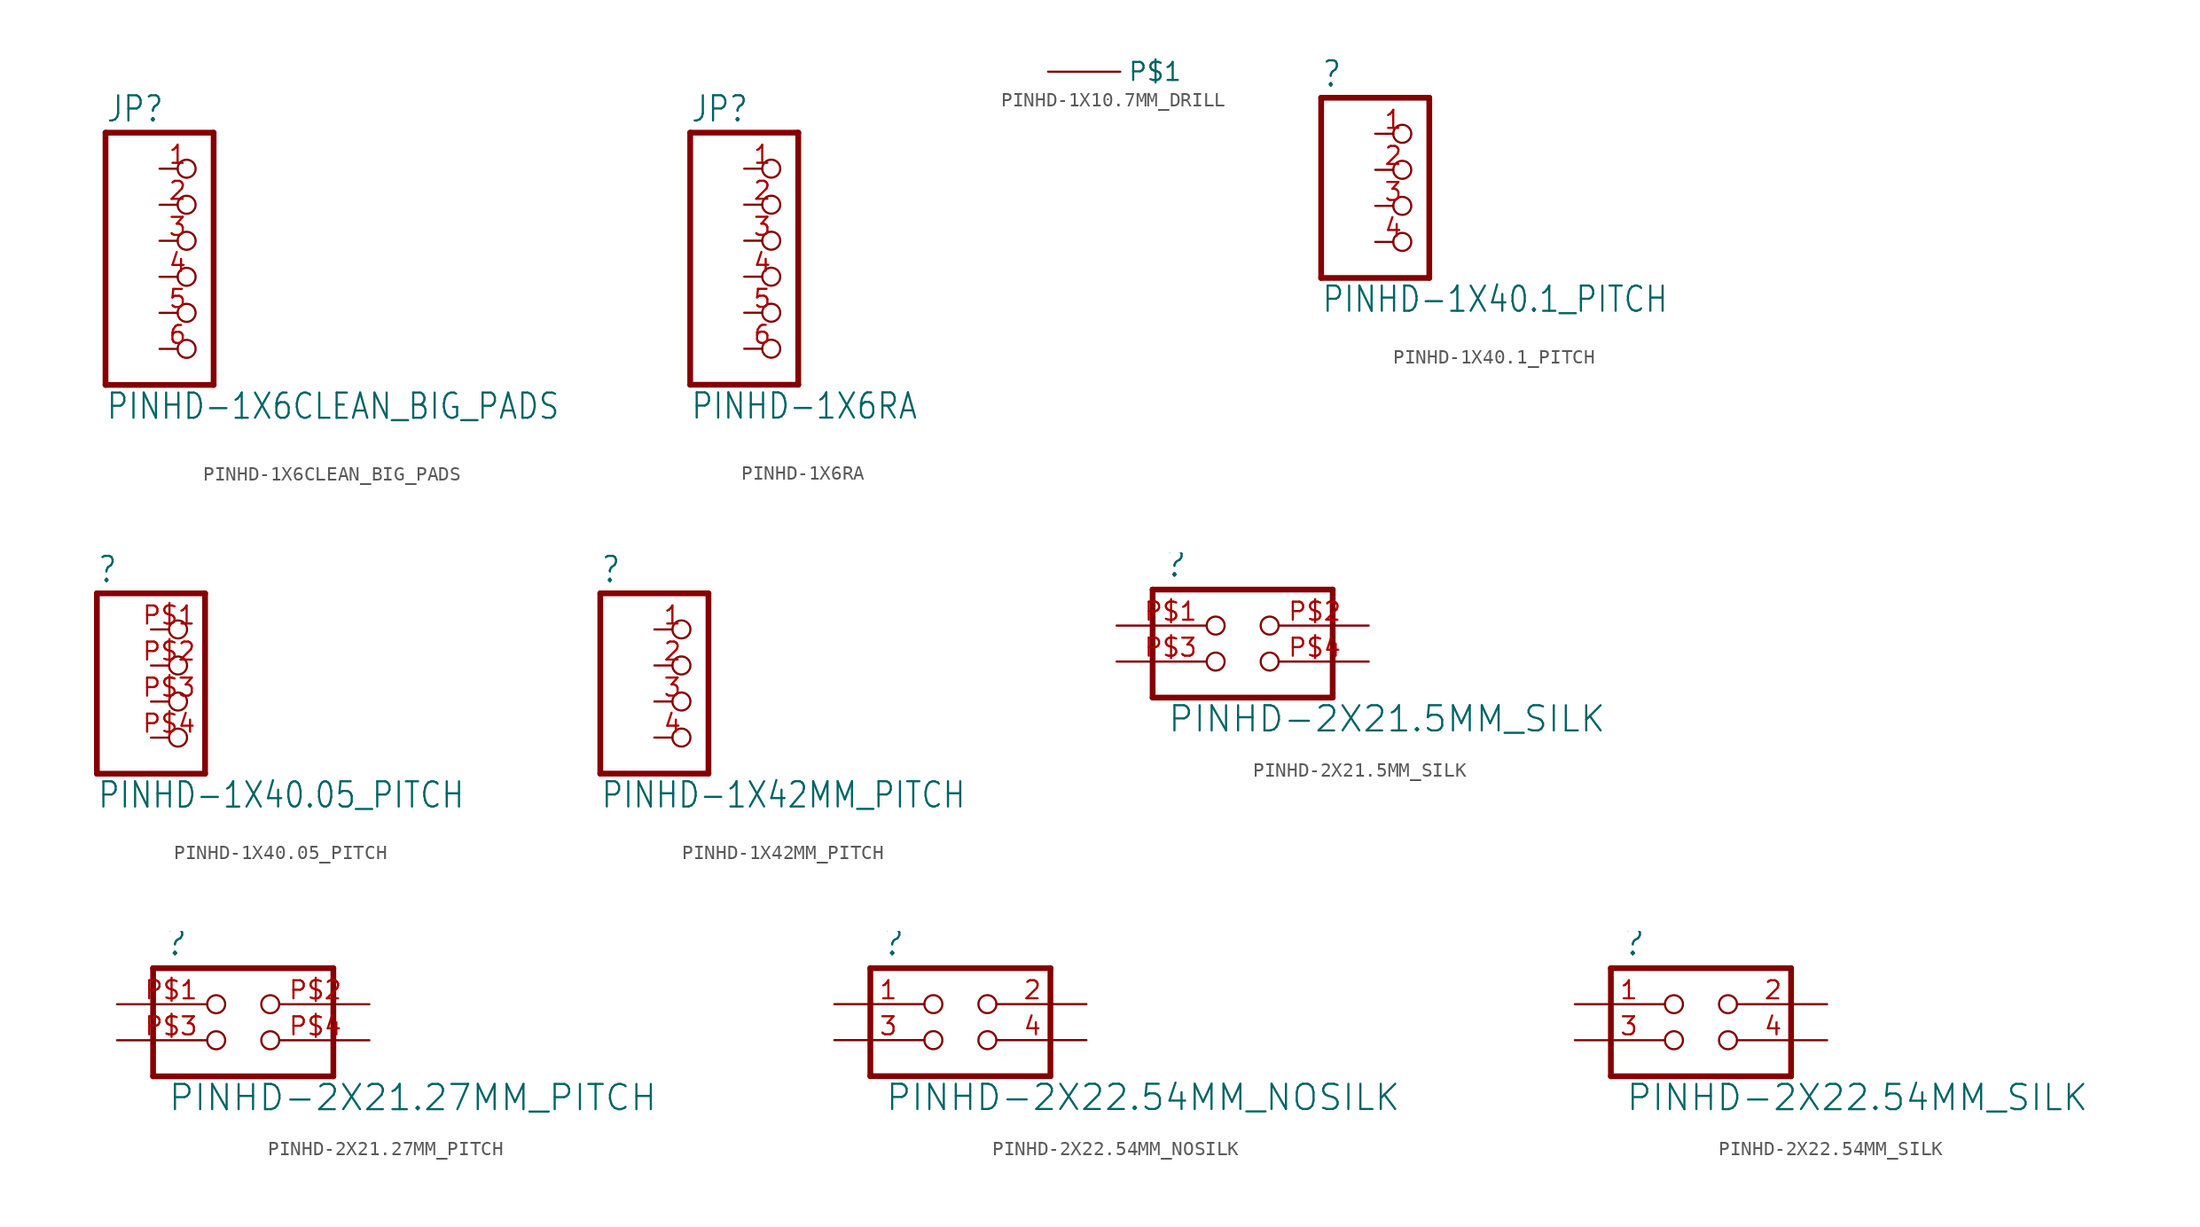
<source format=kicad_sym>
(kicad_symbol_lib
  (version 20211014)
  (generator kicad_symbol_editor)
  (symbol "PINHD-1X6CLEAN_BIG_PADS"
    (property "Reference" "JP"
      (at -6.35 10.795 0)
      (effects (font (size 1.778 1.511)) (justify left bottom)))
    (property "Value" "PINHD-1X6CLEAN_BIG_PADS"
      (at -6.35 -10.16 0)
      (effects (font (size 1.778 1.511)) (justify left bottom)))
    (property "ki_locked" ""
      (at 0 0 0)
      (effects (font (size 1.27 1.27))))
    (symbol "PINHD-1X6CLEAN_BIG_PADS_1_0"
      (polyline (pts (xy -6.35 -7.62) (xy 1.27 -7.62)) (stroke (width 0.406) (type default) (color 0 0 0 0)) (fill (type none)))
      (polyline (pts (xy -6.35 10.16) (xy -6.35 -7.62)) (stroke (width 0.406) (type default) (color 0 0 0 0)) (fill (type none)))
      (polyline (pts (xy 1.27 -7.62) (xy 1.27 10.16)) (stroke (width 0.406) (type default) (color 0 0 0 0)) (fill (type none)))
      (polyline (pts (xy 1.27 10.16) (xy -6.35 10.16)) (stroke (width 0.406) (type default) (color 0 0 0 0)) (fill (type none)))
      (pin passive inverted (at -2.54 7.62 0) (length 2.54) (name "1" (effects (font (size 0 0)))) (number "1" (effects (font (size 1.27 1.27)))))
      (pin passive inverted (at -2.54 5.08 0) (length 2.54) (name "2" (effects (font (size 0 0)))) (number "2" (effects (font (size 1.27 1.27)))))
      (pin passive inverted (at -2.54 2.54 0) (length 2.54) (name "3" (effects (font (size 0 0)))) (number "3" (effects (font (size 1.27 1.27)))))
      (pin passive inverted (at -2.54 0 0) (length 2.54) (name "4" (effects (font (size 0 0)))) (number "4" (effects (font (size 1.27 1.27)))))
      (pin passive inverted (at -2.54 -2.54 0) (length 2.54) (name "5" (effects (font (size 0 0)))) (number "5" (effects (font (size 1.27 1.27)))))
      (pin passive inverted (at -2.54 -5.08 0) (length 2.54) (name "6" (effects (font (size 0 0)))) (number "6" (effects (font (size 1.27 1.27)))))))
  (symbol "PINHD-1X6RA"
    (property "Reference" "JP"
      (at -6.35 10.795 0)
      (effects (font (size 1.778 1.511)) (justify left bottom)))
    (property "Value" "PINHD-1X6RA"
      (at -6.35 -10.16 0)
      (effects (font (size 1.778 1.511)) (justify left bottom)))
    (property "ki_locked" ""
      (at 0 0 0)
      (effects (font (size 1.27 1.27))))
    (symbol "PINHD-1X6RA_1_0"
      (polyline (pts (xy -6.35 -7.62) (xy 1.27 -7.62)) (stroke (width 0.406) (type default) (color 0 0 0 0)) (fill (type none)))
      (polyline (pts (xy -6.35 10.16) (xy -6.35 -7.62)) (stroke (width 0.406) (type default) (color 0 0 0 0)) (fill (type none)))
      (polyline (pts (xy 1.27 -7.62) (xy 1.27 10.16)) (stroke (width 0.406) (type default) (color 0 0 0 0)) (fill (type none)))
      (polyline (pts (xy 1.27 10.16) (xy -6.35 10.16)) (stroke (width 0.406) (type default) (color 0 0 0 0)) (fill (type none)))
      (pin passive inverted (at -2.54 7.62 0) (length 2.54) (name "1" (effects (font (size 0 0)))) (number "1" (effects (font (size 1.27 1.27)))))
      (pin passive inverted (at -2.54 5.08 0) (length 2.54) (name "2" (effects (font (size 0 0)))) (number "2" (effects (font (size 1.27 1.27)))))
      (pin passive inverted (at -2.54 2.54 0) (length 2.54) (name "3" (effects (font (size 0 0)))) (number "3" (effects (font (size 1.27 1.27)))))
      (pin passive inverted (at -2.54 0 0) (length 2.54) (name "4" (effects (font (size 0 0)))) (number "4" (effects (font (size 1.27 1.27)))))
      (pin passive inverted (at -2.54 -2.54 0) (length 2.54) (name "5" (effects (font (size 0 0)))) (number "5" (effects (font (size 1.27 1.27)))))
      (pin passive inverted (at -2.54 -5.08 0) (length 2.54) (name "6" (effects (font (size 0 0)))) (number "6" (effects (font (size 1.27 1.27)))))))
  (symbol "PINHD-1X10.7MM_DRILL"
    (property "Reference" ""
      (at 0 0 0)
      (effects (font (size 1.27 1.27)) hide))
    (property "ki_locked" ""
      (at 0 0 0)
      (effects (font (size 1.27 1.27))))
    (symbol "PINHD-1X10.7MM_DRILL_1_0"
      (pin bidirectional line (at -5.08 0 0) (length 5.08) (name "P$1" (effects (font (size 1.27 1.27)))) (number "P$1" (effects (font (size 0 0)))))))
  (symbol "PINHD-1X40.1_PITCH"
    (property "Reference" ""
      (at -6.35 8.255 0)
      (effects (font (size 1.778 1.511)) (justify left bottom)))
    (property "Value" "PINHD-1X40.1_PITCH"
      (at -6.35 -7.62 0)
      (effects (font (size 1.778 1.511)) (justify left bottom)))
    (property "ki_locked" ""
      (at 0 0 0)
      (effects (font (size 1.27 1.27))))
    (symbol "PINHD-1X40.1_PITCH_1_0"
      (polyline (pts (xy -6.35 -5.08) (xy 1.27 -5.08)) (stroke (width 0.406) (type default) (color 0 0 0 0)) (fill (type none)))
      (polyline (pts (xy -6.35 7.62) (xy -6.35 -5.08)) (stroke (width 0.406) (type default) (color 0 0 0 0)) (fill (type none)))
      (polyline (pts (xy 1.27 -5.08) (xy 1.27 7.62)) (stroke (width 0.406) (type default) (color 0 0 0 0)) (fill (type none)))
      (polyline (pts (xy 1.27 7.62) (xy -6.35 7.62)) (stroke (width 0.406) (type default) (color 0 0 0 0)) (fill (type none)))
      (pin passive inverted (at -2.54 5.08 0) (length 2.54) (name "1" (effects (font (size 0 0)))) (number "1" (effects (font (size 1.27 1.27)))))
      (pin passive inverted (at -2.54 2.54 0) (length 2.54) (name "2" (effects (font (size 0 0)))) (number "2" (effects (font (size 1.27 1.27)))))
      (pin passive inverted (at -2.54 0 0) (length 2.54) (name "3" (effects (font (size 0 0)))) (number "3" (effects (font (size 1.27 1.27)))))
      (pin passive inverted (at -2.54 -2.54 0) (length 2.54) (name "4" (effects (font (size 0 0)))) (number "4" (effects (font (size 1.27 1.27)))))))
  (symbol "PINHD-1X40.05_PITCH"
    (property "Reference" ""
      (at -6.35 8.255 0)
      (effects (font (size 1.778 1.511)) (justify left bottom)))
    (property "Value" "PINHD-1X40.05_PITCH"
      (at -6.35 -7.62 0)
      (effects (font (size 1.778 1.511)) (justify left bottom)))
    (property "ki_locked" ""
      (at 0 0 0)
      (effects (font (size 1.27 1.27))))
    (symbol "PINHD-1X40.05_PITCH_1_0"
      (polyline (pts (xy -6.35 -5.08) (xy 1.27 -5.08)) (stroke (width 0.406) (type default) (color 0 0 0 0)) (fill (type none)))
      (polyline (pts (xy -6.35 7.62) (xy -6.35 -5.08)) (stroke (width 0.406) (type default) (color 0 0 0 0)) (fill (type none)))
      (polyline (pts (xy 1.27 -5.08) (xy 1.27 7.62)) (stroke (width 0.406) (type default) (color 0 0 0 0)) (fill (type none)))
      (polyline (pts (xy 1.27 7.62) (xy -6.35 7.62)) (stroke (width 0.406) (type default) (color 0 0 0 0)) (fill (type none)))
      (pin passive inverted (at -2.54 5.08 0) (length 2.54) (name "1" (effects (font (size 0 0)))) (number "P$1" (effects (font (size 1.27 1.27)))))
      (pin passive inverted (at -2.54 2.54 0) (length 2.54) (name "2" (effects (font (size 0 0)))) (number "P$2" (effects (font (size 1.27 1.27)))))
      (pin passive inverted (at -2.54 0 0) (length 2.54) (name "3" (effects (font (size 0 0)))) (number "P$3" (effects (font (size 1.27 1.27)))))
      (pin passive inverted (at -2.54 -2.54 0) (length 2.54) (name "4" (effects (font (size 0 0)))) (number "P$4" (effects (font (size 1.27 1.27)))))))
  (symbol "PINHD-1X42MM_PITCH"
    (property "Reference" ""
      (at -6.35 8.255 0)
      (effects (font (size 1.778 1.511)) (justify left bottom)))
    (property "Value" "PINHD-1X42MM_PITCH"
      (at -6.35 -7.62 0)
      (effects (font (size 1.778 1.511)) (justify left bottom)))
    (property "ki_locked" ""
      (at 0 0 0)
      (effects (font (size 1.27 1.27))))
    (symbol "PINHD-1X42MM_PITCH_1_0"
      (polyline (pts (xy -6.35 -5.08) (xy 1.27 -5.08)) (stroke (width 0.406) (type default) (color 0 0 0 0)) (fill (type none)))
      (polyline (pts (xy -6.35 7.62) (xy -6.35 -5.08)) (stroke (width 0.406) (type default) (color 0 0 0 0)) (fill (type none)))
      (polyline (pts (xy 1.27 -5.08) (xy 1.27 7.62)) (stroke (width 0.406) (type default) (color 0 0 0 0)) (fill (type none)))
      (polyline (pts (xy 1.27 7.62) (xy -6.35 7.62)) (stroke (width 0.406) (type default) (color 0 0 0 0)) (fill (type none)))
      (pin passive inverted (at -2.54 5.08 0) (length 2.54) (name "1" (effects (font (size 0 0)))) (number "1" (effects (font (size 1.27 1.27)))))
      (pin passive inverted (at -2.54 2.54 0) (length 2.54) (name "2" (effects (font (size 0 0)))) (number "2" (effects (font (size 1.27 1.27)))))
      (pin passive inverted (at -2.54 0 0) (length 2.54) (name "3" (effects (font (size 0 0)))) (number "3" (effects (font (size 1.27 1.27)))))
      (pin passive inverted (at -2.54 -2.54 0) (length 2.54) (name "4" (effects (font (size 0 0)))) (number "4" (effects (font (size 1.27 1.27)))))))
  (symbol "PINHD-2X21.5MM_SILK"
    (property "Reference" ""
      (at -4.318 5.842 0)
      (effects (font (size 1.778 1.778)) (justify left bottom)))
    (property "Value" "PINHD-2X21.5MM_SILK"
      (at -4.064 -5.08 0)
      (effects (font (size 1.778 1.778)) (justify left bottom)))
    (property "ki_locked" ""
      (at 0 0 0)
      (effects (font (size 1.27 1.27))))
    (symbol "PINHD-2X21.5MM_SILK_1_0"
      (polyline (pts (xy -5.08 -2.54) (xy 7.62 -2.54)) (stroke (width 0.406) (type default) (color 0 0 0 0)) (fill (type none)))
      (polyline (pts (xy -5.08 5.08) (xy -5.08 -2.54)) (stroke (width 0.406) (type default) (color 0 0 0 0)) (fill (type none)))
      (polyline (pts (xy 7.62 -2.54) (xy 7.62 5.08)) (stroke (width 0.406) (type default) (color 0 0 0 0)) (fill (type none)))
      (polyline (pts (xy 7.62 5.08) (xy -5.08 5.08)) (stroke (width 0.406) (type default) (color 0 0 0 0)) (fill (type none)))
      (pin passive inverted (at -7.62 2.54 0) (length 7.62) (name "1" (effects (font (size 0 0)))) (number "P$1" (effects (font (size 1.27 1.27)))))
      (pin passive inverted (at 10.16 2.54 180) (length 7.62) (name "2" (effects (font (size 0 0)))) (number "P$2" (effects (font (size 1.27 1.27)))))
      (pin passive inverted (at -7.62 0 0) (length 7.62) (name "3" (effects (font (size 0 0)))) (number "P$3" (effects (font (size 1.27 1.27)))))
      (pin passive inverted (at 10.16 0 180) (length 7.62) (name "4" (effects (font (size 0 0)))) (number "P$4" (effects (font (size 1.27 1.27)))))))
  (symbol "PINHD-2X21.27MM_PITCH"
    (property "Reference" ""
      (at -4.318 5.842 0)
      (effects (font (size 1.778 1.778)) (justify left bottom)))
    (property "Value" "PINHD-2X21.27MM_PITCH"
      (at -4.064 -5.08 0)
      (effects (font (size 1.778 1.778)) (justify left bottom)))
    (property "ki_locked" ""
      (at 0 0 0)
      (effects (font (size 1.27 1.27))))
    (symbol "PINHD-2X21.27MM_PITCH_1_0"
      (polyline (pts (xy -5.08 -2.54) (xy 7.62 -2.54)) (stroke (width 0.406) (type default) (color 0 0 0 0)) (fill (type none)))
      (polyline (pts (xy -5.08 5.08) (xy -5.08 -2.54)) (stroke (width 0.406) (type default) (color 0 0 0 0)) (fill (type none)))
      (polyline (pts (xy 7.62 -2.54) (xy 7.62 5.08)) (stroke (width 0.406) (type default) (color 0 0 0 0)) (fill (type none)))
      (polyline (pts (xy 7.62 5.08) (xy -5.08 5.08)) (stroke (width 0.406) (type default) (color 0 0 0 0)) (fill (type none)))
      (pin passive inverted (at -7.62 2.54 0) (length 7.62) (name "1" (effects (font (size 0 0)))) (number "P$1" (effects (font (size 1.27 1.27)))))
      (pin passive inverted (at 10.16 2.54 180) (length 7.62) (name "2" (effects (font (size 0 0)))) (number "P$2" (effects (font (size 1.27 1.27)))))
      (pin passive inverted (at -7.62 0 0) (length 7.62) (name "3" (effects (font (size 0 0)))) (number "P$3" (effects (font (size 1.27 1.27)))))
      (pin passive inverted (at 10.16 0 180) (length 7.62) (name "4" (effects (font (size 0 0)))) (number "P$4" (effects (font (size 1.27 1.27)))))))
  (symbol "PINHD-2X22.54MM_NOSILK"
    (property "Reference" ""
      (at -4.318 5.842 0)
      (effects (font (size 1.778 1.778)) (justify left bottom)))
    (property "Value" "PINHD-2X22.54MM_NOSILK"
      (at -4.064 -5.08 0)
      (effects (font (size 1.778 1.778)) (justify left bottom)))
    (property "ki_locked" ""
      (at 0 0 0)
      (effects (font (size 1.27 1.27))))
    (symbol "PINHD-2X22.54MM_NOSILK_1_0"
      (polyline (pts (xy -5.08 -2.54) (xy 7.62 -2.54)) (stroke (width 0.406) (type default) (color 0 0 0 0)) (fill (type none)))
      (polyline (pts (xy -5.08 5.08) (xy -5.08 -2.54)) (stroke (width 0.406) (type default) (color 0 0 0 0)) (fill (type none)))
      (polyline (pts (xy 7.62 -2.54) (xy 7.62 5.08)) (stroke (width 0.406) (type default) (color 0 0 0 0)) (fill (type none)))
      (polyline (pts (xy 7.62 5.08) (xy -5.08 5.08)) (stroke (width 0.406) (type default) (color 0 0 0 0)) (fill (type none)))
      (pin passive inverted (at -7.62 2.54 0) (length 7.62) (name "1" (effects (font (size 0 0)))) (number "1" (effects (font (size 1.27 1.27)))))
      (pin passive inverted (at 10.16 2.54 180) (length 7.62) (name "2" (effects (font (size 0 0)))) (number "2" (effects (font (size 1.27 1.27)))))
      (pin passive inverted (at -7.62 0 0) (length 7.62) (name "3" (effects (font (size 0 0)))) (number "3" (effects (font (size 1.27 1.27)))))
      (pin passive inverted (at 10.16 0 180) (length 7.62) (name "4" (effects (font (size 0 0)))) (number "4" (effects (font (size 1.27 1.27)))))))
  (symbol "PINHD-2X22.54MM_SILK"
    (property "Reference" ""
      (at -4.318 5.842 0)
      (effects (font (size 1.778 1.778)) (justify left bottom)))
    (property "Value" "PINHD-2X22.54MM_SILK"
      (at -4.064 -5.08 0)
      (effects (font (size 1.778 1.778)) (justify left bottom)))
    (property "ki_locked" ""
      (at 0 0 0)
      (effects (font (size 1.27 1.27))))
    (symbol "PINHD-2X22.54MM_SILK_1_0"
      (polyline (pts (xy -5.08 -2.54) (xy 7.62 -2.54)) (stroke (width 0.406) (type default) (color 0 0 0 0)) (fill (type none)))
      (polyline (pts (xy -5.08 5.08) (xy -5.08 -2.54)) (stroke (width 0.406) (type default) (color 0 0 0 0)) (fill (type none)))
      (polyline (pts (xy 7.62 -2.54) (xy 7.62 5.08)) (stroke (width 0.406) (type default) (color 0 0 0 0)) (fill (type none)))
      (polyline (pts (xy 7.62 5.08) (xy -5.08 5.08)) (stroke (width 0.406) (type default) (color 0 0 0 0)) (fill (type none)))
      (pin passive inverted (at -7.62 2.54 0) (length 7.62) (name "1" (effects (font (size 0 0)))) (number "1" (effects (font (size 1.27 1.27)))))
      (pin passive inverted (at 10.16 2.54 180) (length 7.62) (name "2" (effects (font (size 0 0)))) (number "2" (effects (font (size 1.27 1.27)))))
      (pin passive inverted (at -7.62 0 0) (length 7.62) (name "3" (effects (font (size 0 0)))) (number "3" (effects (font (size 1.27 1.27)))))
      (pin passive inverted (at 10.16 0 180) (length 7.62) (name "4" (effects (font (size 0 0)))) (number "4" (effects (font (size 1.27 1.27))))))))
</source>
